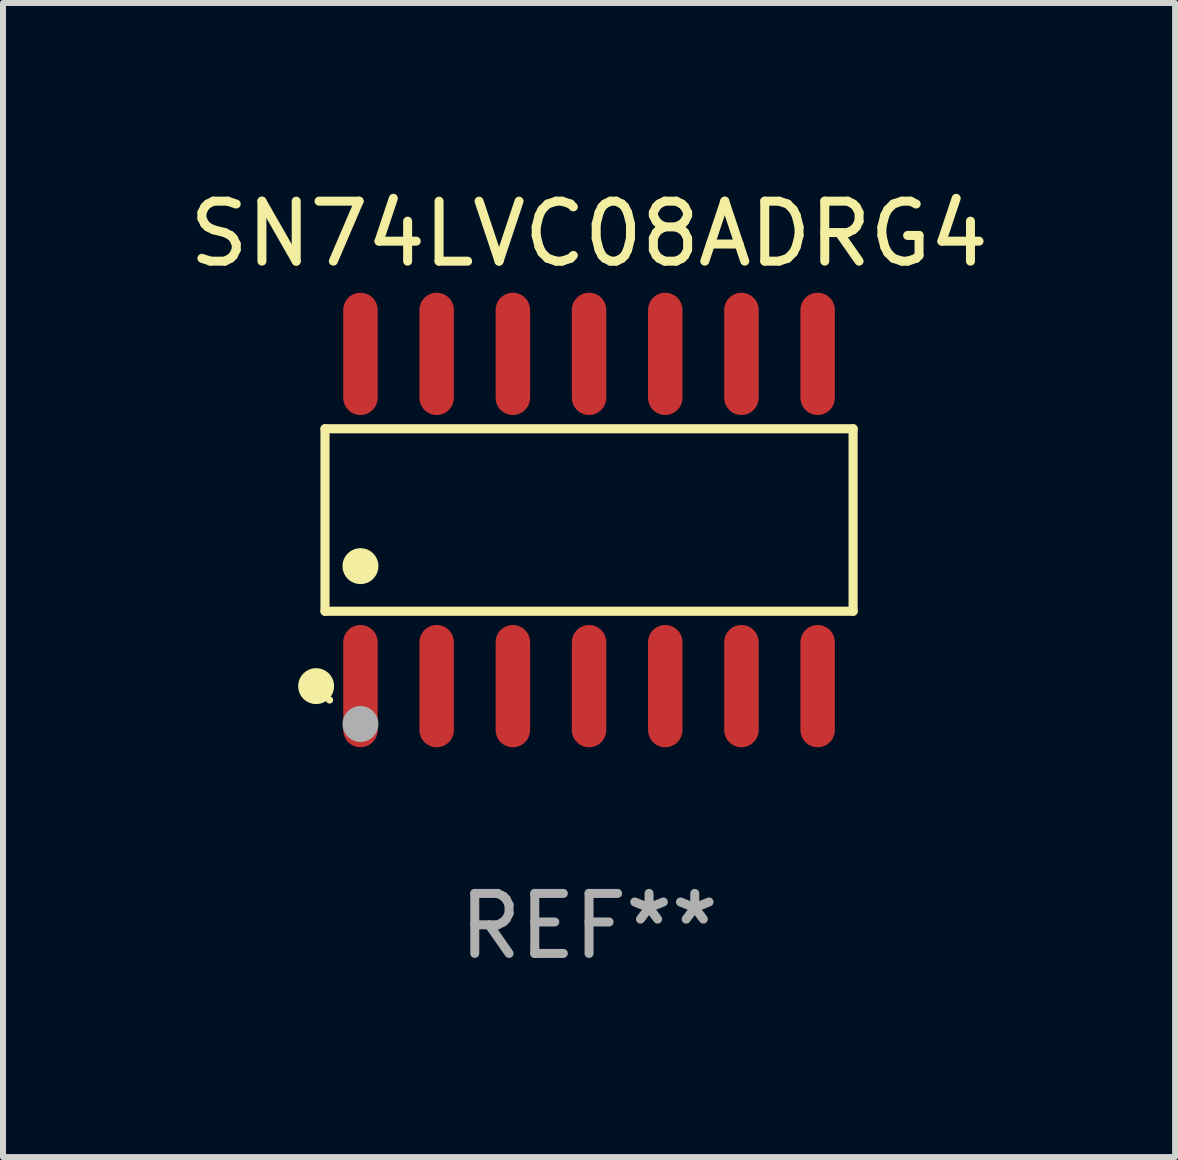
<source format=kicad_pcb>
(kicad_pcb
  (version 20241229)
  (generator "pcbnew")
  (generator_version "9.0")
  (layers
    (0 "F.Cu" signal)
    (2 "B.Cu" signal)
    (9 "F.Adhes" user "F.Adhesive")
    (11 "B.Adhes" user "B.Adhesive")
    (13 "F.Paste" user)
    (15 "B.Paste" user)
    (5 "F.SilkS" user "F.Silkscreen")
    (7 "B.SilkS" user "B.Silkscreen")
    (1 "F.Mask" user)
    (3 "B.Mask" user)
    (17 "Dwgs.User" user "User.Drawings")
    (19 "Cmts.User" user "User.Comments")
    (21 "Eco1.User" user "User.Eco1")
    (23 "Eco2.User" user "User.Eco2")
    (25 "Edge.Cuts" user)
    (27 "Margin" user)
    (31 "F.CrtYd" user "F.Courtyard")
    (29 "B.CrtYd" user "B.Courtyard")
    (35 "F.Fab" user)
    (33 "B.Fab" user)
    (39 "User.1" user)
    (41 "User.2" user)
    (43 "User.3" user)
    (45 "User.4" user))
  (footprint "SN74LVC08ADRG4"
    (layer "F.Cu")
    (at 6.768 5.617)
    (property "Reference" "SN74LVC08ADRG4" (at 0 -4.769 0) (layer "F.SilkS") (effects (font (size 1 1) (thickness 0.15))))
    (attr through_hole)
    (fp_line (start -4.401 -1.521) (end 4.401 -1.521) (stroke (width 0.152) (type solid)) (layer "F.SilkS"))
    (fp_line (start -4.401 1.521) (end -4.401 -1.521) (stroke (width 0.152) (type solid)) (layer "F.SilkS"))
    (fp_line (start 4.401 -1.521) (end 4.401 1.521) (stroke (width 0.152) (type solid)) (layer "F.SilkS"))
    (fp_line (start 4.401 1.521) (end -4.401 1.521) (stroke (width 0.152) (type solid)) (layer "F.SilkS"))
    (fp_circle (center -4.549 2.769) (end -4.399 2.769) (stroke (width 0.3) (type solid)) (fill no) (layer "F.SilkS"))
    (fp_circle (center -4.325 3) (end -4.295 3) (stroke (width 0.06) (type solid)) (fill no) (layer "F.SilkS"))
    (fp_circle (center -3.81 0.769) (end -3.66 0.769) (stroke (width 0.3) (type solid)) (fill no) (layer "F.SilkS"))
    (fp_circle (center -3.81 3.4) (end -3.66 3.4) (stroke (width 0.3) (type solid)) (fill no) (layer "F.Fab"))
    (fp_text user "REF**" (at 0 6.769 0) (layer "F.Fab") (effects (font (size 1 1) (thickness 0.15))))
    (pad "1" smd oval (at -3.81 2.769) (size 0.574 2.038) (layers "F.Cu" "F.Mask" "F.Paste"))
    (pad "2" smd oval (at -2.54 2.769) (size 0.574 2.038) (layers "F.Cu" "F.Mask" "F.Paste"))
    (pad "3" smd oval (at -1.27 2.769) (size 0.574 2.038) (layers "F.Cu" "F.Mask" "F.Paste"))
    (pad "4" smd oval (at 0 2.769) (size 0.574 2.038) (layers "F.Cu" "F.Mask" "F.Paste"))
    (pad "5" smd oval (at 1.27 2.769) (size 0.574 2.038) (layers "F.Cu" "F.Mask" "F.Paste"))
    (pad "6" smd oval (at 2.54 2.769) (size 0.574 2.038) (layers "F.Cu" "F.Mask" "F.Paste"))
    (pad "7" smd oval (at 3.81 2.769) (size 0.574 2.038) (layers "F.Cu" "F.Mask" "F.Paste"))
    (pad "8" smd oval (at 3.81 -2.769) (size 0.574 2.038) (layers "F.Cu" "F.Mask" "F.Paste"))
    (pad "9" smd oval (at 2.54 -2.769) (size 0.574 2.038) (layers "F.Cu" "F.Mask" "F.Paste"))
    (pad "10" smd oval (at 1.27 -2.769) (size 0.574 2.038) (layers "F.Cu" "F.Mask" "F.Paste"))
    (pad "11" smd oval (at 0 -2.769) (size 0.574 2.038) (layers "F.Cu" "F.Mask" "F.Paste"))
    (pad "12" smd oval (at -1.27 -2.769) (size 0.574 2.038) (layers "F.Cu" "F.Mask" "F.Paste"))
    (pad "13" smd oval (at -2.54 -2.769) (size 0.574 2.038) (layers "F.Cu" "F.Mask" "F.Paste"))
    (pad "14" smd oval (at -3.81 -2.769) (size 0.574 2.038) (layers "F.Cu" "F.Mask" "F.Paste")))
  (gr_rect
    (start -3 -3)
    (end 16.536 16.235)
    (stroke (width 0.1) (type default))
    (fill no)
    (layer "Edge.Cuts")))
</source>
